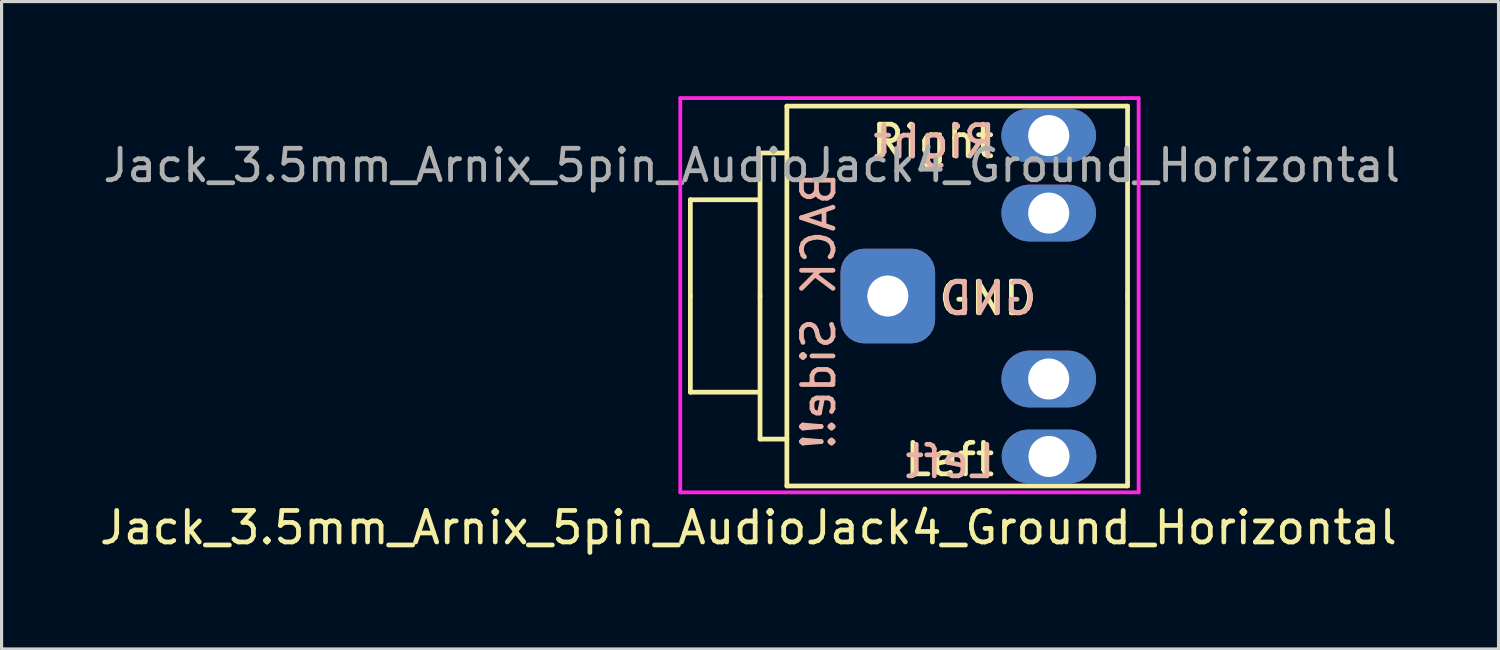
<source format=kicad_pcb>
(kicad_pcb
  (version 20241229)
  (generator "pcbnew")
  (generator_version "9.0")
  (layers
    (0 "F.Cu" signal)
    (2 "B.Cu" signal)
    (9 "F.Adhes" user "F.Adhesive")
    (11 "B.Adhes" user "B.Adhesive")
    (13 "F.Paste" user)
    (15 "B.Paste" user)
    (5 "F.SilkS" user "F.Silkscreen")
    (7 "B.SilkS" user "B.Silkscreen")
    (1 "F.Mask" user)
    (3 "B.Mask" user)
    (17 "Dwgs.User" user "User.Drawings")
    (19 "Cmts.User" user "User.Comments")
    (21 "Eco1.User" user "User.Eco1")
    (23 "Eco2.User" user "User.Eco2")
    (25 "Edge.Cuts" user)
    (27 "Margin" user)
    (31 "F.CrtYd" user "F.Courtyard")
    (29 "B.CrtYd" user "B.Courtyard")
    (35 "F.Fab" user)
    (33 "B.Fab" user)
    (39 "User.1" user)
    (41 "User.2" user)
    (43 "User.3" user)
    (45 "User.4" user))
  (footprint "Jack_3.5mm_Arnix_5pin_AudioJack4_Ground_Horizontal"
    (layer "F.Cu")
    (at 25.098 6.334)
    (property "Reference" "Jack_3.5mm_Arnix_5pin_AudioJack4_Ground_Horizontal" (at -4.425 7.341 180) (layer "F.SilkS") (effects (font (size 1 1) (thickness 0.15))))
    (attr through_hole)
    (fp_line (start -6.264 -3.052) (end -6.264 -0.002) (stroke (width 0.15) (type solid)) (layer "F.SilkS"))
    (fp_line (start -6.264 -3.052) (end -4.064 -3.052) (stroke (width 0.15) (type solid)) (layer "F.SilkS"))
    (fp_line (start -6.264 -0.002) (end -6.264 3.048) (stroke (width 0.15) (type solid)) (layer "F.SilkS"))
    (fp_line (start -4.064 3.048) (end -6.264 3.048) (stroke (width 0.15) (type solid)) (layer "F.SilkS"))
    (fp_line (start -4.055 -4.535) (end -3.205 -4.535) (stroke (width 0.15) (type solid)) (layer "F.SilkS"))
    (fp_line (start -4.055 0) (end -4.055 -4.535) (stroke (width 0.15) (type solid)) (layer "F.SilkS"))
    (fp_line (start -4.055 0) (end -4.055 4.535) (stroke (width 0.15) (type solid)) (layer "F.SilkS"))
    (fp_line (start -3.205 -6.02) (end -3.205 6.02) (stroke (width 0.15) (type solid)) (layer "F.SilkS"))
    (fp_line (start -3.205 -6.02) (end 7.595 -6.02) (stroke (width 0.15) (type solid)) (layer "F.SilkS"))
    (fp_line (start -3.205 4.535) (end -4.055 4.535) (stroke (width 0.15) (type solid)) (layer "F.SilkS"))
    (fp_line (start -3.205 6.02) (end 7.595 6.02) (stroke (width 0.15) (type solid)) (layer "F.SilkS"))
    (fp_line (start 7.595 0) (end 7.595 -6.02) (stroke (width 0.15) (type solid)) (layer "F.SilkS"))
    (fp_line (start 7.595 0) (end 7.595 6.02) (stroke (width 0.15) (type solid)) (layer "F.SilkS"))
    (fp_line (start -6.584 -6.274) (end -6.584 6.223) (stroke (width 0.12) (type solid)) (layer "F.CrtYd"))
    (fp_line (start -6.584 6.223) (end 7.945 6.223) (stroke (width 0.12) (type solid)) (layer "F.CrtYd"))
    (fp_line (start 7.945 -6.274) (end -6.584 -6.274) (stroke (width 0.12) (type solid)) (layer "F.CrtYd"))
    (fp_line (start 7.945 6.223) (end 7.945 -6.274) (stroke (width 0.12) (type solid)) (layer "F.CrtYd"))
    (fp_text user "Left" (at 1.956 5.182 180) (layer "F.SilkS") (effects (font (size 1 1) (thickness 0.15))))
    (fp_text user "GND" (at 3.15 0.076 180) (layer "F.SilkS") (effects (font (size 1 1) (thickness 0.15))))
    (fp_text user "Right" (at 1.422 -4.902 180) (layer "F.SilkS") (effects (font (size 1 1) (thickness 0.15))))
    (fp_text user "Right" (at 1.473 -4.889 180) (layer "B.SilkS") (effects (font (size 1 1) (thickness 0.15)) (justify mirror)))
    (fp_text user "GND" (at 3.188 0.076 180) (layer "B.SilkS") (effects (font (size 1 1) (thickness 0.15)) (justify mirror)))
    (fp_text user "Left" (at 1.968 5.245 180) (layer "B.SilkS") (effects (font (size 1 1) (thickness 0.15)) (justify mirror)))
    (fp_text user "BACK Side!!" (at -2.197 0.47 90) (layer "B.SilkS") (effects (font (size 1 1) (thickness 0.15)) (justify mirror)))
    (fp_text user "${REFERENCE}" (at -4.318 -4.14 180) (layer "F.Fab") (effects (font (size 1 1) (thickness 0.15))))
    (pad "G" thru_hole roundrect (at -0.005 0 270) (size 3 3) (drill 1.3) (layers "*.Cu" "*.Mask") (roundrect_rratio 0.25))
    (pad "R1" thru_hole oval (at 5.095 2.63 270) (size 1.8 3) (drill 1.3) (layers "*.Cu" "*.Mask"))
    (pad "R2" thru_hole oval (at 5.095 -2.63 270) (size 1.8 3) (drill 1.3) (layers "*.Cu" "*.Mask"))
    (pad "S" thru_hole oval (at 5.095 -5.085 270) (size 1.7 3) (drill 1.3) (layers "*.Cu" "*.Mask"))
    (pad "T" thru_hole oval (at 5.105 5.085 270) (size 1.7 3) (drill 1.3) (layers "*.Cu" "*.Mask")))
  (gr_rect
    (start -3 -3)
    (end 44.452 17.523)
    (stroke (width 0.1) (type default))
    (fill no)
    (layer "Edge.Cuts")))
</source>
